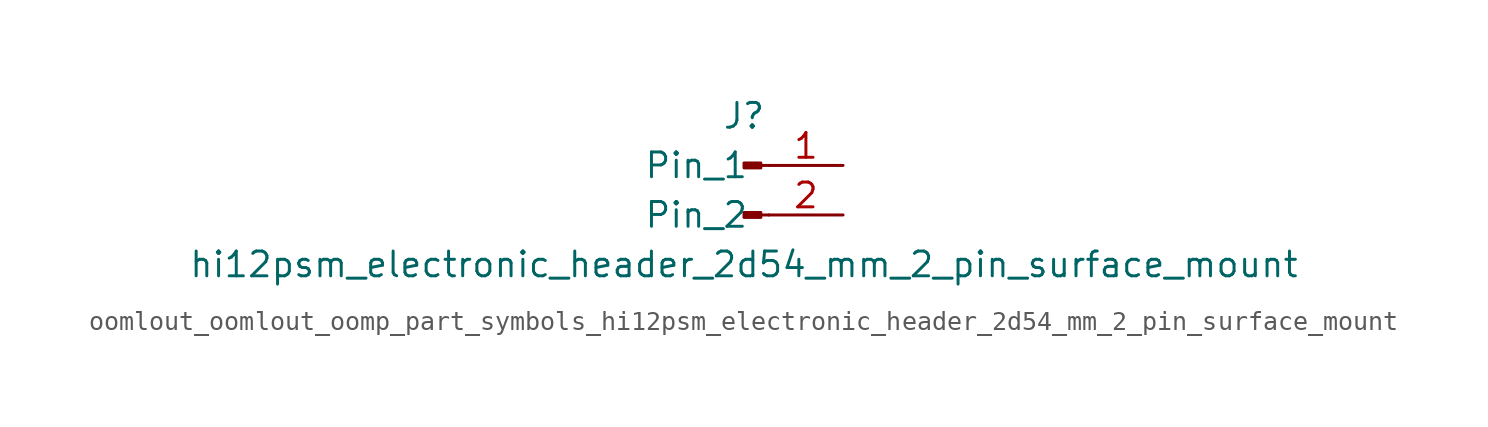
<source format=kicad_sym>
(kicad_symbol_lib
  (version 20220914)
  (generator kicad_symbol_editor)
  (symbol "oomlout_oomlout_oomp_part_symbols_hi12psm_electronic_header_2d54_mm_2_pin_surface_mount"
    (pin_names
      (offset 1.016))
    (property "Reference" "J"
      (at 0 2.54 0)
      (effects (font (size 1.27 1.27))))
    (property "Value" "hi12psm_electronic_header_2d54_mm_2_pin_surface_mount"
      (at 0 -5.08 0)
      (effects (font (size 1.27 1.27))))
    (property "ki_locked" ""
      (at 0 0 0)
      (effects (font (size 1.27 1.27))))
    (symbol "oomlout_oomlout_oomp_part_symbols_hi12psm_electronic_header_2d54_mm_2_pin_surface_mount_1_1"
      (polyline (pts (xy 1.27 -2.54) (xy 0.864 -2.54)) (stroke (width 0.152) (type default)) (fill (type none)))
      (polyline (pts (xy 1.27 0) (xy 0.864 0)) (stroke (width 0.152) (type default)) (fill (type none)))
      (rectangle (start 0.864 -2.413) (end 0 -2.667) (stroke (width 0.152) (type default)) (fill (type outline)))
      (rectangle (start 0.864 0.127) (end 0 -0.127) (stroke (width 0.152) (type default)) (fill (type outline)))
      (pin passive line (at 5.08 0 180) (length 3.81) (name "Pin_1" (effects (font (size 1.27 1.27)))) (number "1" (effects (font (size 1.27 1.27)))))
      (pin passive line (at 5.08 -2.54 180) (length 3.81) (name "Pin_2" (effects (font (size 1.27 1.27)))) (number "2" (effects (font (size 1.27 1.27))))))))
</source>
